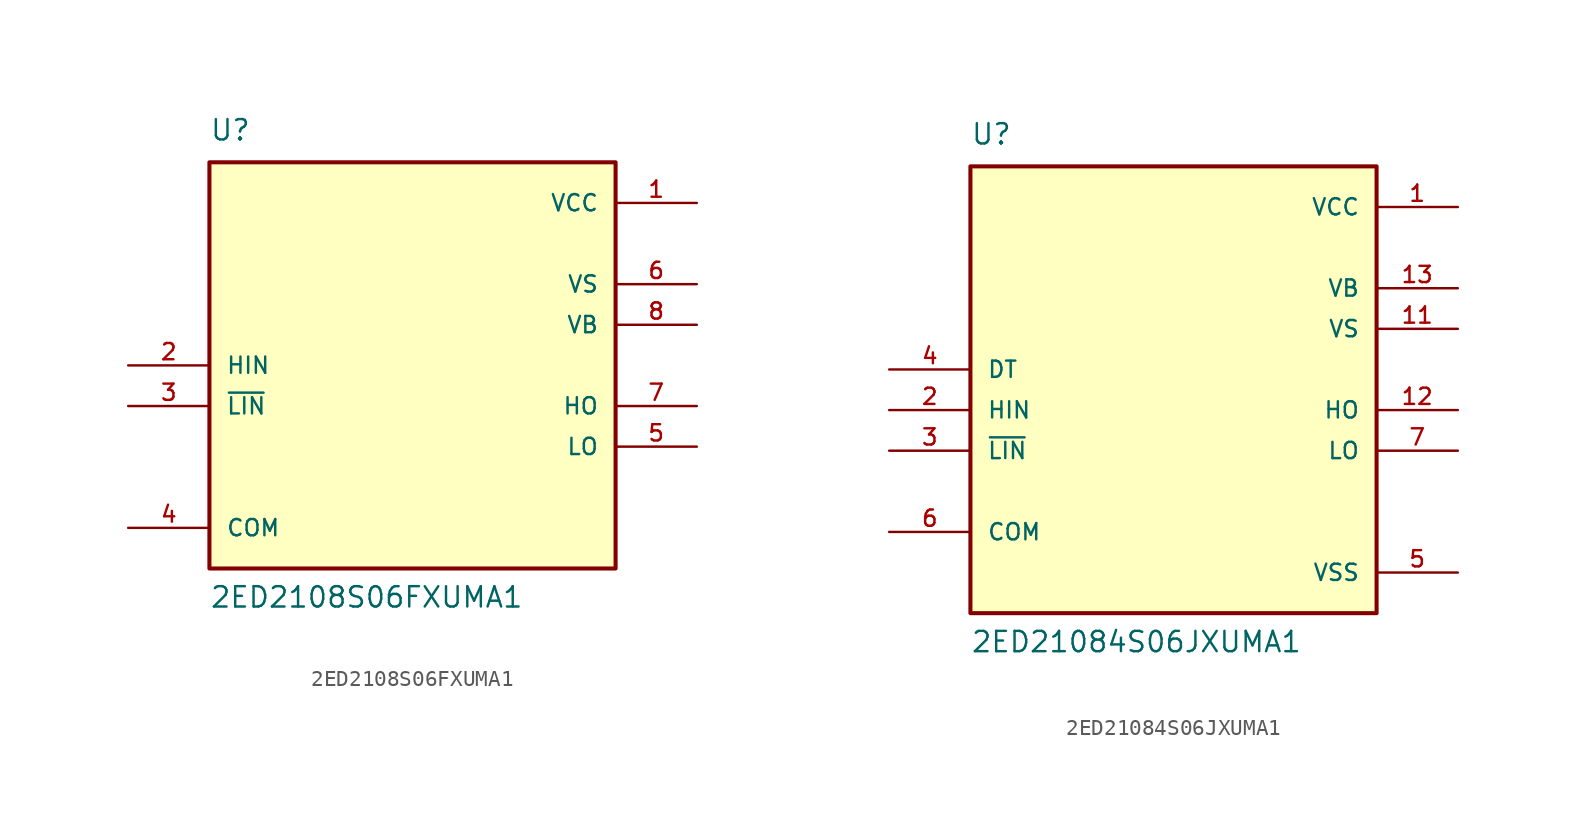
<source format=kicad_sym>
(kicad_symbol_lib
  (version 20241209)
  (generator "kicad_symbol_editor")
  (generator_version "9.0")
  (symbol "2ED2108S06FXUMA1"
    (pin_names
      (offset 1.016))
    (property "Reference" "U"
      (at -12.7 13.97 0)
      (effects (font (size 1.27 1.27)) (justify left bottom)))
    (property "Value" "2ED2108S06FXUMA1"
      (at -12.7 -15.24 0)
      (effects (font (size 1.27 1.27)) (justify left bottom)))
    (symbol "2ED2108S06FXUMA1_0_0"
      (rectangle (start -12.7 -12.7) (end 12.7 12.7) (stroke (width 0.254) (type default)) (fill (type background)))
      (pin input line (at -17.78 0 0) (length 5.08) (name "HIN" (effects (font (size 1.016 1.016)))) (number "2" (effects (font (size 1.016 1.016)))))
      (pin input line (at -17.78 -2.54 0) (length 5.08) (name "~{LIN}" (effects (font (size 1.016 1.016)))) (number "3" (effects (font (size 1.016 1.016)))))
      (pin passive line (at -17.78 -10.16 0) (length 5.08) (name "COM" (effects (font (size 1.016 1.016)))) (number "4" (effects (font (size 1.016 1.016)))))
      (pin power_in line (at 17.78 10.16 180) (length 5.08) (name "VCC" (effects (font (size 1.016 1.016)))) (number "1" (effects (font (size 1.016 1.016)))))
      (pin power_in line (at 17.78 5.08 180) (length 5.08) (name "VS" (effects (font (size 1.016 1.016)))) (number "6" (effects (font (size 1.016 1.016)))))
      (pin power_in line (at 17.78 2.54 180) (length 5.08) (name "VB" (effects (font (size 1.016 1.016)))) (number "8" (effects (font (size 1.016 1.016)))))
      (pin output line (at 17.78 -2.54 180) (length 5.08) (name "HO" (effects (font (size 1.016 1.016)))) (number "7" (effects (font (size 1.016 1.016)))))
      (pin output line (at 17.78 -5.08 180) (length 5.08) (name "LO" (effects (font (size 1.016 1.016)))) (number "5" (effects (font (size 1.016 1.016)))))))
  (symbol "2ED21084S06JXUMA1"
    (pin_names
      (offset 1.016))
    (property "Reference" "U"
      (at -12.7 13.97 0)
      (effects (font (size 1.27 1.27)) (justify left bottom)))
    (property "Value" "2ED21084S06JXUMA1"
      (at -12.7 -17.78 0)
      (effects (font (size 1.27 1.27)) (justify left bottom)))
    (symbol "2ED21084S06JXUMA1_0_0"
      (rectangle (start -12.7 -15.24) (end 12.7 12.7) (stroke (width 0.254) (type default)) (fill (type background)))
      (pin input line (at -17.78 0 0) (length 5.08) (name "DT" (effects (font (size 1.016 1.016)))) (number "4" (effects (font (size 1.016 1.016)))))
      (pin input line (at -17.78 -2.54 0) (length 5.08) (name "HIN" (effects (font (size 1.016 1.016)))) (number "2" (effects (font (size 1.016 1.016)))))
      (pin input line (at -17.78 -5.08 0) (length 5.08) (name "~{LIN}" (effects (font (size 1.016 1.016)))) (number "3" (effects (font (size 1.016 1.016)))))
      (pin passive line (at -17.78 -10.16 0) (length 5.08) (name "COM" (effects (font (size 1.016 1.016)))) (number "6" (effects (font (size 1.016 1.016)))))
      (pin power_in line (at 17.78 10.16 180) (length 5.08) (name "VCC" (effects (font (size 1.016 1.016)))) (number "1" (effects (font (size 1.016 1.016)))))
      (pin power_in line (at 17.78 5.08 180) (length 5.08) (name "VB" (effects (font (size 1.016 1.016)))) (number "13" (effects (font (size 1.016 1.016)))))
      (pin power_in line (at 17.78 2.54 180) (length 5.08) (name "VS" (effects (font (size 1.016 1.016)))) (number "11" (effects (font (size 1.016 1.016)))))
      (pin output line (at 17.78 -2.54 180) (length 5.08) (name "HO" (effects (font (size 1.016 1.016)))) (number "12" (effects (font (size 1.016 1.016)))))
      (pin output line (at 17.78 -5.08 180) (length 5.08) (name "LO" (effects (font (size 1.016 1.016)))) (number "7" (effects (font (size 1.016 1.016)))))
      (pin power_in line (at 17.78 -12.7 180) (length 5.08) (name "VSS" (effects (font (size 1.016 1.016)))) (number "5" (effects (font (size 1.016 1.016))))))))
</source>
